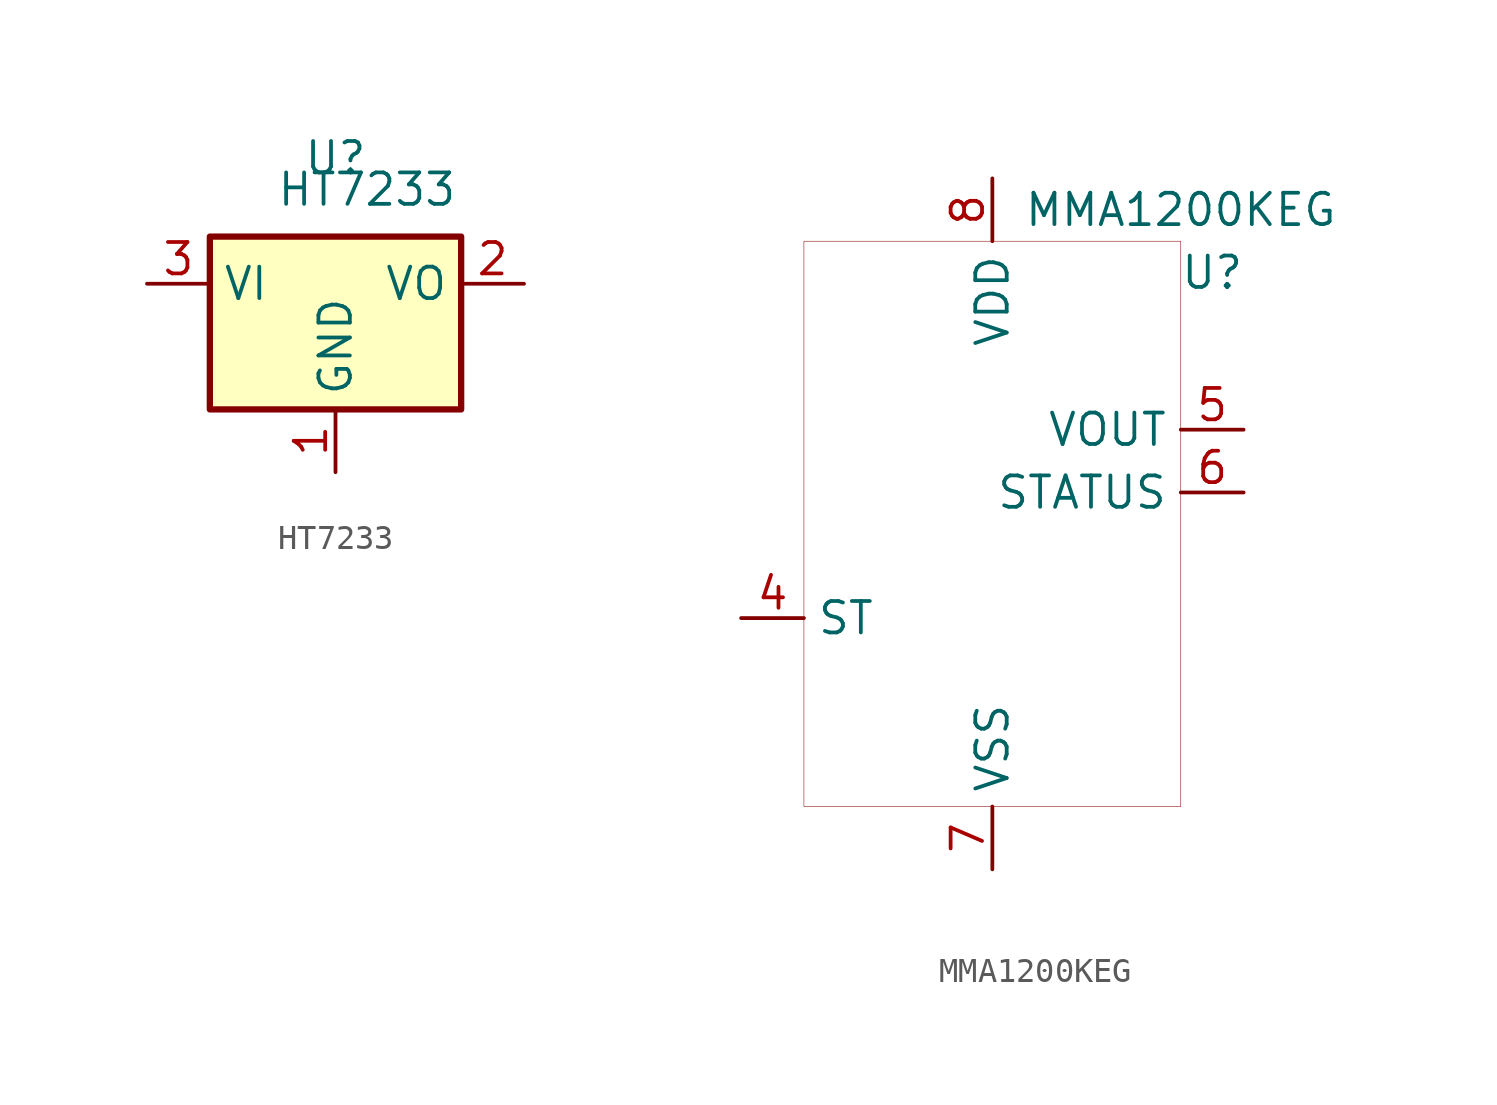
<source format=kicad_sym>
(kicad_symbol_lib
  (version 20200126)
  (host kicad_symbol_editor "5.99.0-unknown-9f20c61~102~ubuntu18.04.1")
  (symbol "melty1:HT7233"
    (property "Reference" "U"
      (at 0 1.27 0)
      (effects (font (size 1.27 1.27))))
    (property "Value" "HT7233"
      (at 1.27 0 0)
      (effects (font (size 1.27 1.27))))
    (symbol "HT7233_1_1"
      (rectangle (start -5.08 -8.89) (end 5.08 -1.905) (stroke (width 0.254)) (fill (type background)))
      (pin power_in line (at 0 -11.43 90) (length 2.54) (name "GND" (effects (font (size 1.27 1.27)))) (number "1" (effects (font (size 1.27 1.27)))))
      (pin power_out line (at 7.62 -3.81 180) (length 2.54) (name "VO" (effects (font (size 1.27 1.27)))) (number "2" (effects (font (size 1.27 1.27)))))
      (pin power_in line (at -7.62 -3.81 0) (length 2.54) (name "VI" (effects (font (size 1.27 1.27)))) (number "3" (effects (font (size 1.27 1.27)))))))
  (symbol "melty1:MMA1200KEG"
    (property "Reference" "U"
      (at 8.89 13.97 0)
      (effects (font (size 1.27 1.27))))
    (property "Value" "MMA1200KEG"
      (at 7.62 16.51 0)
      (effects (font (size 1.27 1.27))))
    (symbol "MMA1200KEG_0_1"
      (rectangle (start -7.62 15.24) (end 7.62 -7.62) (stroke (width 0.001)) (fill (type none))))
    (symbol "MMA1200KEG_1_1"
      (pin unconnected line (at -10.16 7.62 0) (length 2.54) hide (name "NC" (effects (font (size 1.27 1.27)))) (number "1" (effects (font (size 1.27 1.27)))))
      (pin unconnected line (at -10.16 5.08 0) (length 2.54) hide (name "NC" (effects (font (size 1.27 1.27)))) (number "2" (effects (font (size 1.27 1.27)))))
      (pin unconnected line (at -10.16 2.54 0) (length 2.54) hide (name "NC" (effects (font (size 1.27 1.27)))) (number "3" (effects (font (size 1.27 1.27)))))
      (pin input line (at -10.16 0 0) (length 2.54) (name "ST" (effects (font (size 1.27 1.27)))) (number "4" (effects (font (size 1.27 1.27)))))
      (pin output line (at 10.16 7.62 180) (length 2.54) (name "VOUT" (effects (font (size 1.27 1.27)))) (number "5" (effects (font (size 1.27 1.27)))))
      (pin output line (at 10.16 5.08 180) (length 2.54) (name "STATUS" (effects (font (size 1.27 1.27)))) (number "6" (effects (font (size 1.27 1.27)))))
      (pin power_in line (at 0 -10.16 90) (length 2.54) (name "VSS" (effects (font (size 1.27 1.27)))) (number "7" (effects (font (size 1.27 1.27)))))
      (pin power_in line (at 0 17.78 270) (length 2.54) (name "VDD" (effects (font (size 1.27 1.27)))) (number "8" (effects (font (size 1.27 1.27)))))
      (pin unconnected line (at 10.16 2.54 180) (length 2.54) hide (name "NC" (effects (font (size 1.27 1.27)))) (number "9" (effects (font (size 1.27 1.27)))))
      (pin unconnected line (at 10.16 1.27 180) (length 2.54) hide (name "NC" (effects (font (size 1.27 1.27)))) (number "10" (effects (font (size 1.27 1.27)))))
      (pin unconnected line (at 10.16 0 180) (length 2.54) hide (name "NC" (effects (font (size 1.27 1.27)))) (number "11" (effects (font (size 1.27 1.27)))))
      (pin unconnected line (at 10.16 -1.27 180) (length 2.54) hide (name "NC" (effects (font (size 1.27 1.27)))) (number "12" (effects (font (size 1.27 1.27)))))
      (pin unconnected line (at 10.16 -2.54 180) (length 2.54) hide (name "NC" (effects (font (size 1.27 1.27)))) (number "13" (effects (font (size 1.27 1.27)))))
      (pin unconnected line (at 10.16 -3.81 180) (length 2.54) hide (name "NC" (effects (font (size 1.27 1.27)))) (number "14" (effects (font (size 1.27 1.27)))))
      (pin unconnected line (at 10.16 -5.08 180) (length 2.54) hide (name "NC" (effects (font (size 1.27 1.27)))) (number "15" (effects (font (size 1.27 1.27)))))
      (pin unconnected line (at 10.16 -6.35 180) (length 2.54) hide (name "NC" (effects (font (size 1.27 1.27)))) (number "16" (effects (font (size 1.27 1.27))))))))
</source>
